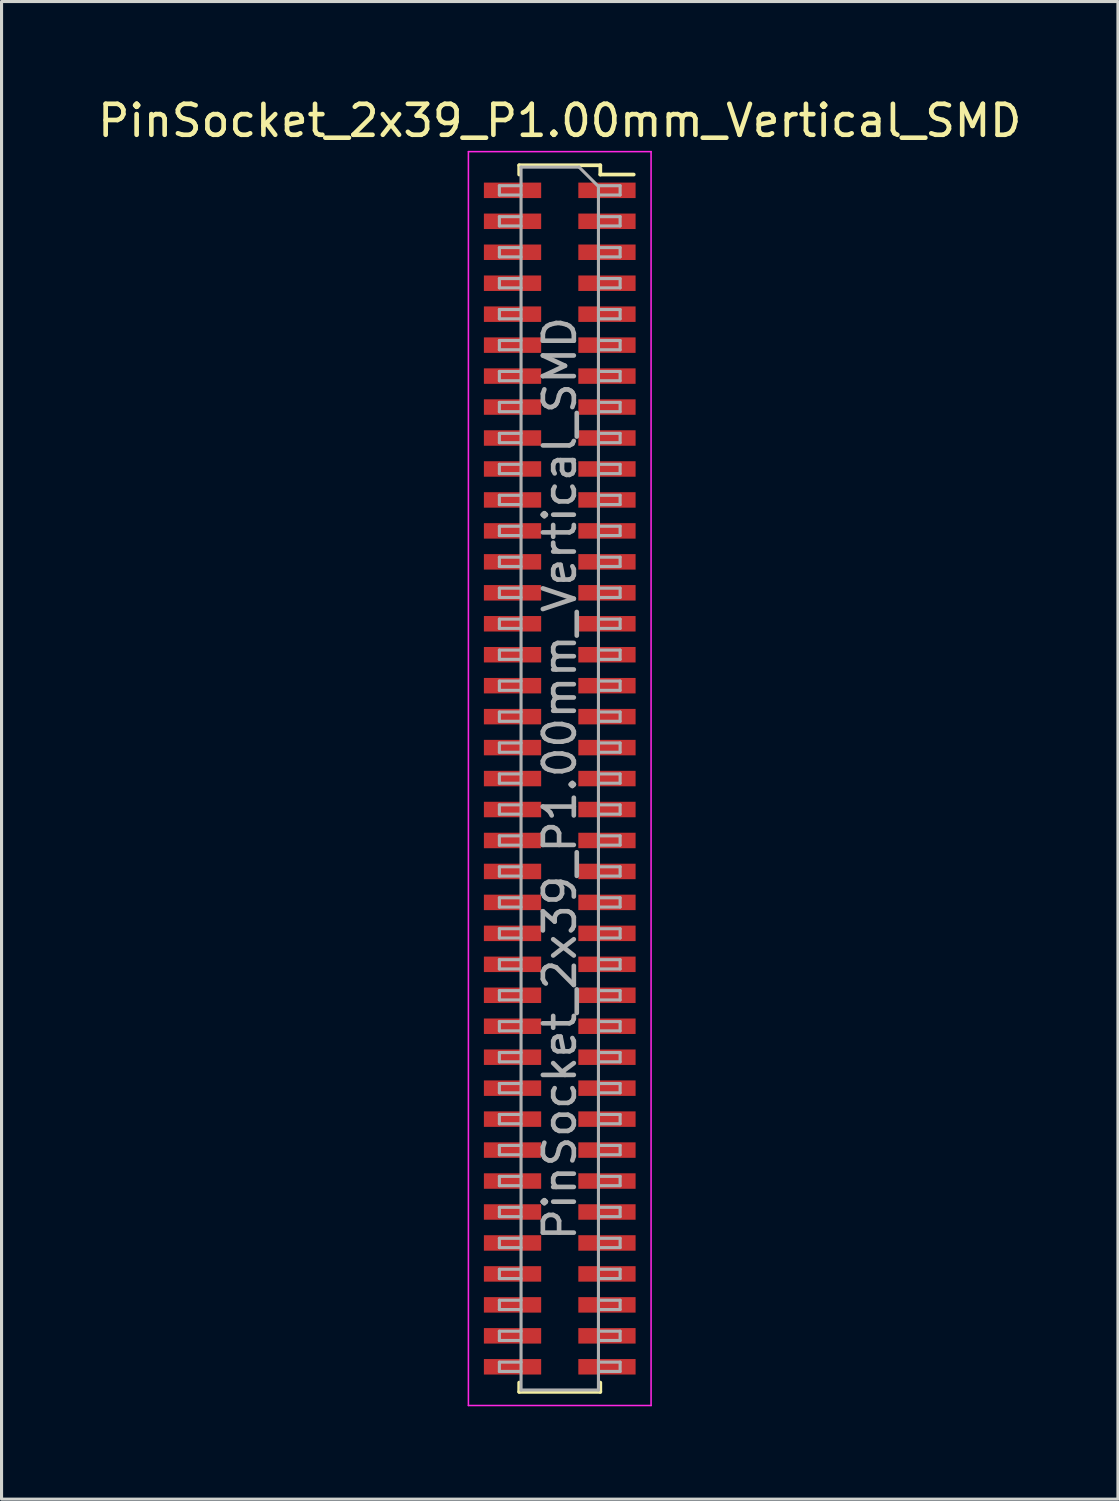
<source format=kicad_pcb>
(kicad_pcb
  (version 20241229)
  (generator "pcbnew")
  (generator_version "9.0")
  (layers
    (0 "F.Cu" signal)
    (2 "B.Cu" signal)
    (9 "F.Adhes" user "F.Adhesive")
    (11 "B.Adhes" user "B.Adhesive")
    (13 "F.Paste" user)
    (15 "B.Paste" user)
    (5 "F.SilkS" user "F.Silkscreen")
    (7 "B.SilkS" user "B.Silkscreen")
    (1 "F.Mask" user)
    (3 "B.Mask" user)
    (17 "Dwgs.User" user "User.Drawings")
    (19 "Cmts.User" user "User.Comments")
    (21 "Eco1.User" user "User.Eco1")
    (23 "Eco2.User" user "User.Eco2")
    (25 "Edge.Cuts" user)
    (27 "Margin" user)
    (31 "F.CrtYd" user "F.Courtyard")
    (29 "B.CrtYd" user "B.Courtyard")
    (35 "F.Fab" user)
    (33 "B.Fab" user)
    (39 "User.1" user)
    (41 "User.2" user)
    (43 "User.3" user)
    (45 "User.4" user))
  (footprint "PinSocket_2x39_P1.00mm_Vertical_SMD"
    (layer "F.Cu")
    (at 15.03 22.098)
    (property "Reference" "PinSocket_2x39_P1.00mm_Vertical_SMD" (at 0 -21.25 0) (layer "F.SilkS") (effects (font (size 1 1) (thickness 0.15))))
    (attr smd)
    (fp_line (start -1.31 -19.81) (end -1.31 -19.51) (stroke (width 0.12) (type solid)) (layer "F.SilkS"))
    (fp_line (start -1.31 -19.81) (end 1.31 -19.81) (stroke (width 0.12) (type solid)) (layer "F.SilkS"))
    (fp_line (start -1.31 19.51) (end -1.31 19.81) (stroke (width 0.12) (type solid)) (layer "F.SilkS"))
    (fp_line (start -1.31 19.81) (end 1.31 19.81) (stroke (width 0.12) (type solid)) (layer "F.SilkS"))
    (fp_line (start 1.31 -19.81) (end 1.31 -19.51) (stroke (width 0.12) (type solid)) (layer "F.SilkS"))
    (fp_line (start 1.31 -19.51) (end 2.39 -19.51) (stroke (width 0.12) (type solid)) (layer "F.SilkS"))
    (fp_line (start 1.31 19.51) (end 1.31 19.81) (stroke (width 0.12) (type solid)) (layer "F.SilkS"))
    (fp_line (start -2.95 -20.25) (end 2.95 -20.25) (stroke (width 0.05) (type solid)) (layer "F.CrtYd"))
    (fp_line (start -2.95 20.25) (end -2.95 -20.25) (stroke (width 0.05) (type solid)) (layer "F.CrtYd"))
    (fp_line (start 2.95 -20.25) (end 2.95 20.25) (stroke (width 0.05) (type solid)) (layer "F.CrtYd"))
    (fp_line (start 2.95 20.25) (end -2.95 20.25) (stroke (width 0.05) (type solid)) (layer "F.CrtYd"))
    (fp_line (start -1.95 -19.15) (end -1.25 -19.15) (stroke (width 0.1) (type solid)) (layer "F.Fab"))
    (fp_line (start -1.95 -18.85) (end -1.95 -19.15) (stroke (width 0.1) (type solid)) (layer "F.Fab"))
    (fp_line (start -1.95 -18.15) (end -1.25 -18.15) (stroke (width 0.1) (type solid)) (layer "F.Fab"))
    (fp_line (start -1.95 -17.85) (end -1.95 -18.15) (stroke (width 0.1) (type solid)) (layer "F.Fab"))
    (fp_line (start -1.95 -17.15) (end -1.25 -17.15) (stroke (width 0.1) (type solid)) (layer "F.Fab"))
    (fp_line (start -1.95 -16.85) (end -1.95 -17.15) (stroke (width 0.1) (type solid)) (layer "F.Fab"))
    (fp_line (start -1.95 -16.15) (end -1.25 -16.15) (stroke (width 0.1) (type solid)) (layer "F.Fab"))
    (fp_line (start -1.95 -15.85) (end -1.95 -16.15) (stroke (width 0.1) (type solid)) (layer "F.Fab"))
    (fp_line (start -1.95 -15.15) (end -1.25 -15.15) (stroke (width 0.1) (type solid)) (layer "F.Fab"))
    (fp_line (start -1.95 -14.85) (end -1.95 -15.15) (stroke (width 0.1) (type solid)) (layer "F.Fab"))
    (fp_line (start -1.95 -14.15) (end -1.25 -14.15) (stroke (width 0.1) (type solid)) (layer "F.Fab"))
    (fp_line (start -1.95 -13.85) (end -1.95 -14.15) (stroke (width 0.1) (type solid)) (layer "F.Fab"))
    (fp_line (start -1.95 -13.15) (end -1.25 -13.15) (stroke (width 0.1) (type solid)) (layer "F.Fab"))
    (fp_line (start -1.95 -12.85) (end -1.95 -13.15) (stroke (width 0.1) (type solid)) (layer "F.Fab"))
    (fp_line (start -1.95 -12.15) (end -1.25 -12.15) (stroke (width 0.1) (type solid)) (layer "F.Fab"))
    (fp_line (start -1.95 -11.85) (end -1.95 -12.15) (stroke (width 0.1) (type solid)) (layer "F.Fab"))
    (fp_line (start -1.95 -11.15) (end -1.25 -11.15) (stroke (width 0.1) (type solid)) (layer "F.Fab"))
    (fp_line (start -1.95 -10.85) (end -1.95 -11.15) (stroke (width 0.1) (type solid)) (layer "F.Fab"))
    (fp_line (start -1.95 -10.15) (end -1.25 -10.15) (stroke (width 0.1) (type solid)) (layer "F.Fab"))
    (fp_line (start -1.95 -9.85) (end -1.95 -10.15) (stroke (width 0.1) (type solid)) (layer "F.Fab"))
    (fp_line (start -1.95 -9.15) (end -1.25 -9.15) (stroke (width 0.1) (type solid)) (layer "F.Fab"))
    (fp_line (start -1.95 -8.85) (end -1.95 -9.15) (stroke (width 0.1) (type solid)) (layer "F.Fab"))
    (fp_line (start -1.95 -8.15) (end -1.25 -8.15) (stroke (width 0.1) (type solid)) (layer "F.Fab"))
    (fp_line (start -1.95 -7.85) (end -1.95 -8.15) (stroke (width 0.1) (type solid)) (layer "F.Fab"))
    (fp_line (start -1.95 -7.15) (end -1.25 -7.15) (stroke (width 0.1) (type solid)) (layer "F.Fab"))
    (fp_line (start -1.95 -6.85) (end -1.95 -7.15) (stroke (width 0.1) (type solid)) (layer "F.Fab"))
    (fp_line (start -1.95 -6.15) (end -1.25 -6.15) (stroke (width 0.1) (type solid)) (layer "F.Fab"))
    (fp_line (start -1.95 -5.85) (end -1.95 -6.15) (stroke (width 0.1) (type solid)) (layer "F.Fab"))
    (fp_line (start -1.95 -5.15) (end -1.25 -5.15) (stroke (width 0.1) (type solid)) (layer "F.Fab"))
    (fp_line (start -1.95 -4.85) (end -1.95 -5.15) (stroke (width 0.1) (type solid)) (layer "F.Fab"))
    (fp_line (start -1.95 -4.15) (end -1.25 -4.15) (stroke (width 0.1) (type solid)) (layer "F.Fab"))
    (fp_line (start -1.95 -3.85) (end -1.95 -4.15) (stroke (width 0.1) (type solid)) (layer "F.Fab"))
    (fp_line (start -1.95 -3.15) (end -1.25 -3.15) (stroke (width 0.1) (type solid)) (layer "F.Fab"))
    (fp_line (start -1.95 -2.85) (end -1.95 -3.15) (stroke (width 0.1) (type solid)) (layer "F.Fab"))
    (fp_line (start -1.95 -2.15) (end -1.25 -2.15) (stroke (width 0.1) (type solid)) (layer "F.Fab"))
    (fp_line (start -1.95 -1.85) (end -1.95 -2.15) (stroke (width 0.1) (type solid)) (layer "F.Fab"))
    (fp_line (start -1.95 -1.15) (end -1.25 -1.15) (stroke (width 0.1) (type solid)) (layer "F.Fab"))
    (fp_line (start -1.95 -0.85) (end -1.95 -1.15) (stroke (width 0.1) (type solid)) (layer "F.Fab"))
    (fp_line (start -1.95 -0.15) (end -1.25 -0.15) (stroke (width 0.1) (type solid)) (layer "F.Fab"))
    (fp_line (start -1.95 0.15) (end -1.95 -0.15) (stroke (width 0.1) (type solid)) (layer "F.Fab"))
    (fp_line (start -1.95 0.85) (end -1.25 0.85) (stroke (width 0.1) (type solid)) (layer "F.Fab"))
    (fp_line (start -1.95 1.15) (end -1.95 0.85) (stroke (width 0.1) (type solid)) (layer "F.Fab"))
    (fp_line (start -1.95 1.85) (end -1.25 1.85) (stroke (width 0.1) (type solid)) (layer "F.Fab"))
    (fp_line (start -1.95 2.15) (end -1.95 1.85) (stroke (width 0.1) (type solid)) (layer "F.Fab"))
    (fp_line (start -1.95 2.85) (end -1.25 2.85) (stroke (width 0.1) (type solid)) (layer "F.Fab"))
    (fp_line (start -1.95 3.15) (end -1.95 2.85) (stroke (width 0.1) (type solid)) (layer "F.Fab"))
    (fp_line (start -1.95 3.85) (end -1.25 3.85) (stroke (width 0.1) (type solid)) (layer "F.Fab"))
    (fp_line (start -1.95 4.15) (end -1.95 3.85) (stroke (width 0.1) (type solid)) (layer "F.Fab"))
    (fp_line (start -1.95 4.85) (end -1.25 4.85) (stroke (width 0.1) (type solid)) (layer "F.Fab"))
    (fp_line (start -1.95 5.15) (end -1.95 4.85) (stroke (width 0.1) (type solid)) (layer "F.Fab"))
    (fp_line (start -1.95 5.85) (end -1.25 5.85) (stroke (width 0.1) (type solid)) (layer "F.Fab"))
    (fp_line (start -1.95 6.15) (end -1.95 5.85) (stroke (width 0.1) (type solid)) (layer "F.Fab"))
    (fp_line (start -1.95 6.85) (end -1.25 6.85) (stroke (width 0.1) (type solid)) (layer "F.Fab"))
    (fp_line (start -1.95 7.15) (end -1.95 6.85) (stroke (width 0.1) (type solid)) (layer "F.Fab"))
    (fp_line (start -1.95 7.85) (end -1.25 7.85) (stroke (width 0.1) (type solid)) (layer "F.Fab"))
    (fp_line (start -1.95 8.15) (end -1.95 7.85) (stroke (width 0.1) (type solid)) (layer "F.Fab"))
    (fp_line (start -1.95 8.85) (end -1.25 8.85) (stroke (width 0.1) (type solid)) (layer "F.Fab"))
    (fp_line (start -1.95 9.15) (end -1.95 8.85) (stroke (width 0.1) (type solid)) (layer "F.Fab"))
    (fp_line (start -1.95 9.85) (end -1.25 9.85) (stroke (width 0.1) (type solid)) (layer "F.Fab"))
    (fp_line (start -1.95 10.15) (end -1.95 9.85) (stroke (width 0.1) (type solid)) (layer "F.Fab"))
    (fp_line (start -1.95 10.85) (end -1.25 10.85) (stroke (width 0.1) (type solid)) (layer "F.Fab"))
    (fp_line (start -1.95 11.15) (end -1.95 10.85) (stroke (width 0.1) (type solid)) (layer "F.Fab"))
    (fp_line (start -1.95 11.85) (end -1.25 11.85) (stroke (width 0.1) (type solid)) (layer "F.Fab"))
    (fp_line (start -1.95 12.15) (end -1.95 11.85) (stroke (width 0.1) (type solid)) (layer "F.Fab"))
    (fp_line (start -1.95 12.85) (end -1.25 12.85) (stroke (width 0.1) (type solid)) (layer "F.Fab"))
    (fp_line (start -1.95 13.15) (end -1.95 12.85) (stroke (width 0.1) (type solid)) (layer "F.Fab"))
    (fp_line (start -1.95 13.85) (end -1.25 13.85) (stroke (width 0.1) (type solid)) (layer "F.Fab"))
    (fp_line (start -1.95 14.15) (end -1.95 13.85) (stroke (width 0.1) (type solid)) (layer "F.Fab"))
    (fp_line (start -1.95 14.85) (end -1.25 14.85) (stroke (width 0.1) (type solid)) (layer "F.Fab"))
    (fp_line (start -1.95 15.15) (end -1.95 14.85) (stroke (width 0.1) (type solid)) (layer "F.Fab"))
    (fp_line (start -1.95 15.85) (end -1.25 15.85) (stroke (width 0.1) (type solid)) (layer "F.Fab"))
    (fp_line (start -1.95 16.15) (end -1.95 15.85) (stroke (width 0.1) (type solid)) (layer "F.Fab"))
    (fp_line (start -1.95 16.85) (end -1.25 16.85) (stroke (width 0.1) (type solid)) (layer "F.Fab"))
    (fp_line (start -1.95 17.15) (end -1.95 16.85) (stroke (width 0.1) (type solid)) (layer "F.Fab"))
    (fp_line (start -1.95 17.85) (end -1.25 17.85) (stroke (width 0.1) (type solid)) (layer "F.Fab"))
    (fp_line (start -1.95 18.15) (end -1.95 17.85) (stroke (width 0.1) (type solid)) (layer "F.Fab"))
    (fp_line (start -1.95 18.85) (end -1.25 18.85) (stroke (width 0.1) (type solid)) (layer "F.Fab"))
    (fp_line (start -1.95 19.15) (end -1.95 18.85) (stroke (width 0.1) (type solid)) (layer "F.Fab"))
    (fp_line (start -1.25 -19.75) (end 0.625 -19.75) (stroke (width 0.1) (type solid)) (layer "F.Fab"))
    (fp_line (start -1.25 -18.85) (end -1.95 -18.85) (stroke (width 0.1) (type solid)) (layer "F.Fab"))
    (fp_line (start -1.25 -17.85) (end -1.95 -17.85) (stroke (width 0.1) (type solid)) (layer "F.Fab"))
    (fp_line (start -1.25 -16.85) (end -1.95 -16.85) (stroke (width 0.1) (type solid)) (layer "F.Fab"))
    (fp_line (start -1.25 -15.85) (end -1.95 -15.85) (stroke (width 0.1) (type solid)) (layer "F.Fab"))
    (fp_line (start -1.25 -14.85) (end -1.95 -14.85) (stroke (width 0.1) (type solid)) (layer "F.Fab"))
    (fp_line (start -1.25 -13.85) (end -1.95 -13.85) (stroke (width 0.1) (type solid)) (layer "F.Fab"))
    (fp_line (start -1.25 -12.85) (end -1.95 -12.85) (stroke (width 0.1) (type solid)) (layer "F.Fab"))
    (fp_line (start -1.25 -11.85) (end -1.95 -11.85) (stroke (width 0.1) (type solid)) (layer "F.Fab"))
    (fp_line (start -1.25 -10.85) (end -1.95 -10.85) (stroke (width 0.1) (type solid)) (layer "F.Fab"))
    (fp_line (start -1.25 -9.85) (end -1.95 -9.85) (stroke (width 0.1) (type solid)) (layer "F.Fab"))
    (fp_line (start -1.25 -8.85) (end -1.95 -8.85) (stroke (width 0.1) (type solid)) (layer "F.Fab"))
    (fp_line (start -1.25 -7.85) (end -1.95 -7.85) (stroke (width 0.1) (type solid)) (layer "F.Fab"))
    (fp_line (start -1.25 -6.85) (end -1.95 -6.85) (stroke (width 0.1) (type solid)) (layer "F.Fab"))
    (fp_line (start -1.25 -5.85) (end -1.95 -5.85) (stroke (width 0.1) (type solid)) (layer "F.Fab"))
    (fp_line (start -1.25 -4.85) (end -1.95 -4.85) (stroke (width 0.1) (type solid)) (layer "F.Fab"))
    (fp_line (start -1.25 -3.85) (end -1.95 -3.85) (stroke (width 0.1) (type solid)) (layer "F.Fab"))
    (fp_line (start -1.25 -2.85) (end -1.95 -2.85) (stroke (width 0.1) (type solid)) (layer "F.Fab"))
    (fp_line (start -1.25 -1.85) (end -1.95 -1.85) (stroke (width 0.1) (type solid)) (layer "F.Fab"))
    (fp_line (start -1.25 -0.85) (end -1.95 -0.85) (stroke (width 0.1) (type solid)) (layer "F.Fab"))
    (fp_line (start -1.25 0.15) (end -1.95 0.15) (stroke (width 0.1) (type solid)) (layer "F.Fab"))
    (fp_line (start -1.25 1.15) (end -1.95 1.15) (stroke (width 0.1) (type solid)) (layer "F.Fab"))
    (fp_line (start -1.25 2.15) (end -1.95 2.15) (stroke (width 0.1) (type solid)) (layer "F.Fab"))
    (fp_line (start -1.25 3.15) (end -1.95 3.15) (stroke (width 0.1) (type solid)) (layer "F.Fab"))
    (fp_line (start -1.25 4.15) (end -1.95 4.15) (stroke (width 0.1) (type solid)) (layer "F.Fab"))
    (fp_line (start -1.25 5.15) (end -1.95 5.15) (stroke (width 0.1) (type solid)) (layer "F.Fab"))
    (fp_line (start -1.25 6.15) (end -1.95 6.15) (stroke (width 0.1) (type solid)) (layer "F.Fab"))
    (fp_line (start -1.25 7.15) (end -1.95 7.15) (stroke (width 0.1) (type solid)) (layer "F.Fab"))
    (fp_line (start -1.25 8.15) (end -1.95 8.15) (stroke (width 0.1) (type solid)) (layer "F.Fab"))
    (fp_line (start -1.25 9.15) (end -1.95 9.15) (stroke (width 0.1) (type solid)) (layer "F.Fab"))
    (fp_line (start -1.25 10.15) (end -1.95 10.15) (stroke (width 0.1) (type solid)) (layer "F.Fab"))
    (fp_line (start -1.25 11.15) (end -1.95 11.15) (stroke (width 0.1) (type solid)) (layer "F.Fab"))
    (fp_line (start -1.25 12.15) (end -1.95 12.15) (stroke (width 0.1) (type solid)) (layer "F.Fab"))
    (fp_line (start -1.25 13.15) (end -1.95 13.15) (stroke (width 0.1) (type solid)) (layer "F.Fab"))
    (fp_line (start -1.25 14.15) (end -1.95 14.15) (stroke (width 0.1) (type solid)) (layer "F.Fab"))
    (fp_line (start -1.25 15.15) (end -1.95 15.15) (stroke (width 0.1) (type solid)) (layer "F.Fab"))
    (fp_line (start -1.25 16.15) (end -1.95 16.15) (stroke (width 0.1) (type solid)) (layer "F.Fab"))
    (fp_line (start -1.25 17.15) (end -1.95 17.15) (stroke (width 0.1) (type solid)) (layer "F.Fab"))
    (fp_line (start -1.25 18.15) (end -1.95 18.15) (stroke (width 0.1) (type solid)) (layer "F.Fab"))
    (fp_line (start -1.25 19.15) (end -1.95 19.15) (stroke (width 0.1) (type solid)) (layer "F.Fab"))
    (fp_line (start -1.25 19.75) (end -1.25 -19.75) (stroke (width 0.1) (type solid)) (layer "F.Fab"))
    (fp_line (start 0.625 -19.75) (end 1.25 -19.125) (stroke (width 0.1) (type solid)) (layer "F.Fab"))
    (fp_line (start 1.25 -19.15) (end 1.95 -19.15) (stroke (width 0.1) (type solid)) (layer "F.Fab"))
    (fp_line (start 1.25 -19.125) (end 1.25 19.75) (stroke (width 0.1) (type solid)) (layer "F.Fab"))
    (fp_line (start 1.25 -18.15) (end 1.95 -18.15) (stroke (width 0.1) (type solid)) (layer "F.Fab"))
    (fp_line (start 1.25 -17.15) (end 1.95 -17.15) (stroke (width 0.1) (type solid)) (layer "F.Fab"))
    (fp_line (start 1.25 -16.15) (end 1.95 -16.15) (stroke (width 0.1) (type solid)) (layer "F.Fab"))
    (fp_line (start 1.25 -15.15) (end 1.95 -15.15) (stroke (width 0.1) (type solid)) (layer "F.Fab"))
    (fp_line (start 1.25 -14.15) (end 1.95 -14.15) (stroke (width 0.1) (type solid)) (layer "F.Fab"))
    (fp_line (start 1.25 -13.15) (end 1.95 -13.15) (stroke (width 0.1) (type solid)) (layer "F.Fab"))
    (fp_line (start 1.25 -12.15) (end 1.95 -12.15) (stroke (width 0.1) (type solid)) (layer "F.Fab"))
    (fp_line (start 1.25 -11.15) (end 1.95 -11.15) (stroke (width 0.1) (type solid)) (layer "F.Fab"))
    (fp_line (start 1.25 -10.15) (end 1.95 -10.15) (stroke (width 0.1) (type solid)) (layer "F.Fab"))
    (fp_line (start 1.25 -9.15) (end 1.95 -9.15) (stroke (width 0.1) (type solid)) (layer "F.Fab"))
    (fp_line (start 1.25 -8.15) (end 1.95 -8.15) (stroke (width 0.1) (type solid)) (layer "F.Fab"))
    (fp_line (start 1.25 -7.15) (end 1.95 -7.15) (stroke (width 0.1) (type solid)) (layer "F.Fab"))
    (fp_line (start 1.25 -6.15) (end 1.95 -6.15) (stroke (width 0.1) (type solid)) (layer "F.Fab"))
    (fp_line (start 1.25 -5.15) (end 1.95 -5.15) (stroke (width 0.1) (type solid)) (layer "F.Fab"))
    (fp_line (start 1.25 -4.15) (end 1.95 -4.15) (stroke (width 0.1) (type solid)) (layer "F.Fab"))
    (fp_line (start 1.25 -3.15) (end 1.95 -3.15) (stroke (width 0.1) (type solid)) (layer "F.Fab"))
    (fp_line (start 1.25 -2.15) (end 1.95 -2.15) (stroke (width 0.1) (type solid)) (layer "F.Fab"))
    (fp_line (start 1.25 -1.15) (end 1.95 -1.15) (stroke (width 0.1) (type solid)) (layer "F.Fab"))
    (fp_line (start 1.25 -0.15) (end 1.95 -0.15) (stroke (width 0.1) (type solid)) (layer "F.Fab"))
    (fp_line (start 1.25 0.85) (end 1.95 0.85) (stroke (width 0.1) (type solid)) (layer "F.Fab"))
    (fp_line (start 1.25 1.85) (end 1.95 1.85) (stroke (width 0.1) (type solid)) (layer "F.Fab"))
    (fp_line (start 1.25 2.85) (end 1.95 2.85) (stroke (width 0.1) (type solid)) (layer "F.Fab"))
    (fp_line (start 1.25 3.85) (end 1.95 3.85) (stroke (width 0.1) (type solid)) (layer "F.Fab"))
    (fp_line (start 1.25 4.85) (end 1.95 4.85) (stroke (width 0.1) (type solid)) (layer "F.Fab"))
    (fp_line (start 1.25 5.85) (end 1.95 5.85) (stroke (width 0.1) (type solid)) (layer "F.Fab"))
    (fp_line (start 1.25 6.85) (end 1.95 6.85) (stroke (width 0.1) (type solid)) (layer "F.Fab"))
    (fp_line (start 1.25 7.85) (end 1.95 7.85) (stroke (width 0.1) (type solid)) (layer "F.Fab"))
    (fp_line (start 1.25 8.85) (end 1.95 8.85) (stroke (width 0.1) (type solid)) (layer "F.Fab"))
    (fp_line (start 1.25 9.85) (end 1.95 9.85) (stroke (width 0.1) (type solid)) (layer "F.Fab"))
    (fp_line (start 1.25 10.85) (end 1.95 10.85) (stroke (width 0.1) (type solid)) (layer "F.Fab"))
    (fp_line (start 1.25 11.85) (end 1.95 11.85) (stroke (width 0.1) (type solid)) (layer "F.Fab"))
    (fp_line (start 1.25 12.85) (end 1.95 12.85) (stroke (width 0.1) (type solid)) (layer "F.Fab"))
    (fp_line (start 1.25 13.85) (end 1.95 13.85) (stroke (width 0.1) (type solid)) (layer "F.Fab"))
    (fp_line (start 1.25 14.85) (end 1.95 14.85) (stroke (width 0.1) (type solid)) (layer "F.Fab"))
    (fp_line (start 1.25 15.85) (end 1.95 15.85) (stroke (width 0.1) (type solid)) (layer "F.Fab"))
    (fp_line (start 1.25 16.85) (end 1.95 16.85) (stroke (width 0.1) (type solid)) (layer "F.Fab"))
    (fp_line (start 1.25 17.85) (end 1.95 17.85) (stroke (width 0.1) (type solid)) (layer "F.Fab"))
    (fp_line (start 1.25 18.85) (end 1.95 18.85) (stroke (width 0.1) (type solid)) (layer "F.Fab"))
    (fp_line (start 1.25 19.75) (end -1.25 19.75) (stroke (width 0.1) (type solid)) (layer "F.Fab"))
    (fp_line (start 1.95 -19.15) (end 1.95 -18.85) (stroke (width 0.1) (type solid)) (layer "F.Fab"))
    (fp_line (start 1.95 -18.85) (end 1.25 -18.85) (stroke (width 0.1) (type solid)) (layer "F.Fab"))
    (fp_line (start 1.95 -18.15) (end 1.95 -17.85) (stroke (width 0.1) (type solid)) (layer "F.Fab"))
    (fp_line (start 1.95 -17.85) (end 1.25 -17.85) (stroke (width 0.1) (type solid)) (layer "F.Fab"))
    (fp_line (start 1.95 -17.15) (end 1.95 -16.85) (stroke (width 0.1) (type solid)) (layer "F.Fab"))
    (fp_line (start 1.95 -16.85) (end 1.25 -16.85) (stroke (width 0.1) (type solid)) (layer "F.Fab"))
    (fp_line (start 1.95 -16.15) (end 1.95 -15.85) (stroke (width 0.1) (type solid)) (layer "F.Fab"))
    (fp_line (start 1.95 -15.85) (end 1.25 -15.85) (stroke (width 0.1) (type solid)) (layer "F.Fab"))
    (fp_line (start 1.95 -15.15) (end 1.95 -14.85) (stroke (width 0.1) (type solid)) (layer "F.Fab"))
    (fp_line (start 1.95 -14.85) (end 1.25 -14.85) (stroke (width 0.1) (type solid)) (layer "F.Fab"))
    (fp_line (start 1.95 -14.15) (end 1.95 -13.85) (stroke (width 0.1) (type solid)) (layer "F.Fab"))
    (fp_line (start 1.95 -13.85) (end 1.25 -13.85) (stroke (width 0.1) (type solid)) (layer "F.Fab"))
    (fp_line (start 1.95 -13.15) (end 1.95 -12.85) (stroke (width 0.1) (type solid)) (layer "F.Fab"))
    (fp_line (start 1.95 -12.85) (end 1.25 -12.85) (stroke (width 0.1) (type solid)) (layer "F.Fab"))
    (fp_line (start 1.95 -12.15) (end 1.95 -11.85) (stroke (width 0.1) (type solid)) (layer "F.Fab"))
    (fp_line (start 1.95 -11.85) (end 1.25 -11.85) (stroke (width 0.1) (type solid)) (layer "F.Fab"))
    (fp_line (start 1.95 -11.15) (end 1.95 -10.85) (stroke (width 0.1) (type solid)) (layer "F.Fab"))
    (fp_line (start 1.95 -10.85) (end 1.25 -10.85) (stroke (width 0.1) (type solid)) (layer "F.Fab"))
    (fp_line (start 1.95 -10.15) (end 1.95 -9.85) (stroke (width 0.1) (type solid)) (layer "F.Fab"))
    (fp_line (start 1.95 -9.85) (end 1.25 -9.85) (stroke (width 0.1) (type solid)) (layer "F.Fab"))
    (fp_line (start 1.95 -9.15) (end 1.95 -8.85) (stroke (width 0.1) (type solid)) (layer "F.Fab"))
    (fp_line (start 1.95 -8.85) (end 1.25 -8.85) (stroke (width 0.1) (type solid)) (layer "F.Fab"))
    (fp_line (start 1.95 -8.15) (end 1.95 -7.85) (stroke (width 0.1) (type solid)) (layer "F.Fab"))
    (fp_line (start 1.95 -7.85) (end 1.25 -7.85) (stroke (width 0.1) (type solid)) (layer "F.Fab"))
    (fp_line (start 1.95 -7.15) (end 1.95 -6.85) (stroke (width 0.1) (type solid)) (layer "F.Fab"))
    (fp_line (start 1.95 -6.85) (end 1.25 -6.85) (stroke (width 0.1) (type solid)) (layer "F.Fab"))
    (fp_line (start 1.95 -6.15) (end 1.95 -5.85) (stroke (width 0.1) (type solid)) (layer "F.Fab"))
    (fp_line (start 1.95 -5.85) (end 1.25 -5.85) (stroke (width 0.1) (type solid)) (layer "F.Fab"))
    (fp_line (start 1.95 -5.15) (end 1.95 -4.85) (stroke (width 0.1) (type solid)) (layer "F.Fab"))
    (fp_line (start 1.95 -4.85) (end 1.25 -4.85) (stroke (width 0.1) (type solid)) (layer "F.Fab"))
    (fp_line (start 1.95 -4.15) (end 1.95 -3.85) (stroke (width 0.1) (type solid)) (layer "F.Fab"))
    (fp_line (start 1.95 -3.85) (end 1.25 -3.85) (stroke (width 0.1) (type solid)) (layer "F.Fab"))
    (fp_line (start 1.95 -3.15) (end 1.95 -2.85) (stroke (width 0.1) (type solid)) (layer "F.Fab"))
    (fp_line (start 1.95 -2.85) (end 1.25 -2.85) (stroke (width 0.1) (type solid)) (layer "F.Fab"))
    (fp_line (start 1.95 -2.15) (end 1.95 -1.85) (stroke (width 0.1) (type solid)) (layer "F.Fab"))
    (fp_line (start 1.95 -1.85) (end 1.25 -1.85) (stroke (width 0.1) (type solid)) (layer "F.Fab"))
    (fp_line (start 1.95 -1.15) (end 1.95 -0.85) (stroke (width 0.1) (type solid)) (layer "F.Fab"))
    (fp_line (start 1.95 -0.85) (end 1.25 -0.85) (stroke (width 0.1) (type solid)) (layer "F.Fab"))
    (fp_line (start 1.95 -0.15) (end 1.95 0.15) (stroke (width 0.1) (type solid)) (layer "F.Fab"))
    (fp_line (start 1.95 0.15) (end 1.25 0.15) (stroke (width 0.1) (type solid)) (layer "F.Fab"))
    (fp_line (start 1.95 0.85) (end 1.95 1.15) (stroke (width 0.1) (type solid)) (layer "F.Fab"))
    (fp_line (start 1.95 1.15) (end 1.25 1.15) (stroke (width 0.1) (type solid)) (layer "F.Fab"))
    (fp_line (start 1.95 1.85) (end 1.95 2.15) (stroke (width 0.1) (type solid)) (layer "F.Fab"))
    (fp_line (start 1.95 2.15) (end 1.25 2.15) (stroke (width 0.1) (type solid)) (layer "F.Fab"))
    (fp_line (start 1.95 2.85) (end 1.95 3.15) (stroke (width 0.1) (type solid)) (layer "F.Fab"))
    (fp_line (start 1.95 3.15) (end 1.25 3.15) (stroke (width 0.1) (type solid)) (layer "F.Fab"))
    (fp_line (start 1.95 3.85) (end 1.95 4.15) (stroke (width 0.1) (type solid)) (layer "F.Fab"))
    (fp_line (start 1.95 4.15) (end 1.25 4.15) (stroke (width 0.1) (type solid)) (layer "F.Fab"))
    (fp_line (start 1.95 4.85) (end 1.95 5.15) (stroke (width 0.1) (type solid)) (layer "F.Fab"))
    (fp_line (start 1.95 5.15) (end 1.25 5.15) (stroke (width 0.1) (type solid)) (layer "F.Fab"))
    (fp_line (start 1.95 5.85) (end 1.95 6.15) (stroke (width 0.1) (type solid)) (layer "F.Fab"))
    (fp_line (start 1.95 6.15) (end 1.25 6.15) (stroke (width 0.1) (type solid)) (layer "F.Fab"))
    (fp_line (start 1.95 6.85) (end 1.95 7.15) (stroke (width 0.1) (type solid)) (layer "F.Fab"))
    (fp_line (start 1.95 7.15) (end 1.25 7.15) (stroke (width 0.1) (type solid)) (layer "F.Fab"))
    (fp_line (start 1.95 7.85) (end 1.95 8.15) (stroke (width 0.1) (type solid)) (layer "F.Fab"))
    (fp_line (start 1.95 8.15) (end 1.25 8.15) (stroke (width 0.1) (type solid)) (layer "F.Fab"))
    (fp_line (start 1.95 8.85) (end 1.95 9.15) (stroke (width 0.1) (type solid)) (layer "F.Fab"))
    (fp_line (start 1.95 9.15) (end 1.25 9.15) (stroke (width 0.1) (type solid)) (layer "F.Fab"))
    (fp_line (start 1.95 9.85) (end 1.95 10.15) (stroke (width 0.1) (type solid)) (layer "F.Fab"))
    (fp_line (start 1.95 10.15) (end 1.25 10.15) (stroke (width 0.1) (type solid)) (layer "F.Fab"))
    (fp_line (start 1.95 10.85) (end 1.95 11.15) (stroke (width 0.1) (type solid)) (layer "F.Fab"))
    (fp_line (start 1.95 11.15) (end 1.25 11.15) (stroke (width 0.1) (type solid)) (layer "F.Fab"))
    (fp_line (start 1.95 11.85) (end 1.95 12.15) (stroke (width 0.1) (type solid)) (layer "F.Fab"))
    (fp_line (start 1.95 12.15) (end 1.25 12.15) (stroke (width 0.1) (type solid)) (layer "F.Fab"))
    (fp_line (start 1.95 12.85) (end 1.95 13.15) (stroke (width 0.1) (type solid)) (layer "F.Fab"))
    (fp_line (start 1.95 13.15) (end 1.25 13.15) (stroke (width 0.1) (type solid)) (layer "F.Fab"))
    (fp_line (start 1.95 13.85) (end 1.95 14.15) (stroke (width 0.1) (type solid)) (layer "F.Fab"))
    (fp_line (start 1.95 14.15) (end 1.25 14.15) (stroke (width 0.1) (type solid)) (layer "F.Fab"))
    (fp_line (start 1.95 14.85) (end 1.95 15.15) (stroke (width 0.1) (type solid)) (layer "F.Fab"))
    (fp_line (start 1.95 15.15) (end 1.25 15.15) (stroke (width 0.1) (type solid)) (layer "F.Fab"))
    (fp_line (start 1.95 15.85) (end 1.95 16.15) (stroke (width 0.1) (type solid)) (layer "F.Fab"))
    (fp_line (start 1.95 16.15) (end 1.25 16.15) (stroke (width 0.1) (type solid)) (layer "F.Fab"))
    (fp_line (start 1.95 16.85) (end 1.95 17.15) (stroke (width 0.1) (type solid)) (layer "F.Fab"))
    (fp_line (start 1.95 17.15) (end 1.25 17.15) (stroke (width 0.1) (type solid)) (layer "F.Fab"))
    (fp_line (start 1.95 17.85) (end 1.95 18.15) (stroke (width 0.1) (type solid)) (layer "F.Fab"))
    (fp_line (start 1.95 18.15) (end 1.25 18.15) (stroke (width 0.1) (type solid)) (layer "F.Fab"))
    (fp_line (start 1.95 18.85) (end 1.95 19.15) (stroke (width 0.1) (type solid)) (layer "F.Fab"))
    (fp_line (start 1.95 19.15) (end 1.25 19.15) (stroke (width 0.1) (type solid)) (layer "F.Fab"))
    (fp_text user "${REFERENCE}" (at 0 0 90) (layer "F.Fab") (effects (font (size 1 1) (thickness 0.15))))
    (pad "1" smd rect (at 1.525 -19) (size 1.85 0.5) (layers "F.Cu" "F.Mask" "F.Paste"))
    (pad "2" smd rect (at -1.525 -19) (size 1.85 0.5) (layers "F.Cu" "F.Mask" "F.Paste"))
    (pad "3" smd rect (at 1.525 -18) (size 1.85 0.5) (layers "F.Cu" "F.Mask" "F.Paste"))
    (pad "4" smd rect (at -1.525 -18) (size 1.85 0.5) (layers "F.Cu" "F.Mask" "F.Paste"))
    (pad "5" smd rect (at 1.525 -17) (size 1.85 0.5) (layers "F.Cu" "F.Mask" "F.Paste"))
    (pad "6" smd rect (at -1.525 -17) (size 1.85 0.5) (layers "F.Cu" "F.Mask" "F.Paste"))
    (pad "7" smd rect (at 1.525 -16) (size 1.85 0.5) (layers "F.Cu" "F.Mask" "F.Paste"))
    (pad "8" smd rect (at -1.525 -16) (size 1.85 0.5) (layers "F.Cu" "F.Mask" "F.Paste"))
    (pad "9" smd rect (at 1.525 -15) (size 1.85 0.5) (layers "F.Cu" "F.Mask" "F.Paste"))
    (pad "10" smd rect (at -1.525 -15) (size 1.85 0.5) (layers "F.Cu" "F.Mask" "F.Paste"))
    (pad "11" smd rect (at 1.525 -14) (size 1.85 0.5) (layers "F.Cu" "F.Mask" "F.Paste"))
    (pad "12" smd rect (at -1.525 -14) (size 1.85 0.5) (layers "F.Cu" "F.Mask" "F.Paste"))
    (pad "13" smd rect (at 1.525 -13) (size 1.85 0.5) (layers "F.Cu" "F.Mask" "F.Paste"))
    (pad "14" smd rect (at -1.525 -13) (size 1.85 0.5) (layers "F.Cu" "F.Mask" "F.Paste"))
    (pad "15" smd rect (at 1.525 -12) (size 1.85 0.5) (layers "F.Cu" "F.Mask" "F.Paste"))
    (pad "16" smd rect (at -1.525 -12) (size 1.85 0.5) (layers "F.Cu" "F.Mask" "F.Paste"))
    (pad "17" smd rect (at 1.525 -11) (size 1.85 0.5) (layers "F.Cu" "F.Mask" "F.Paste"))
    (pad "18" smd rect (at -1.525 -11) (size 1.85 0.5) (layers "F.Cu" "F.Mask" "F.Paste"))
    (pad "19" smd rect (at 1.525 -10) (size 1.85 0.5) (layers "F.Cu" "F.Mask" "F.Paste"))
    (pad "20" smd rect (at -1.525 -10) (size 1.85 0.5) (layers "F.Cu" "F.Mask" "F.Paste"))
    (pad "21" smd rect (at 1.525 -9) (size 1.85 0.5) (layers "F.Cu" "F.Mask" "F.Paste"))
    (pad "22" smd rect (at -1.525 -9) (size 1.85 0.5) (layers "F.Cu" "F.Mask" "F.Paste"))
    (pad "23" smd rect (at 1.525 -8) (size 1.85 0.5) (layers "F.Cu" "F.Mask" "F.Paste"))
    (pad "24" smd rect (at -1.525 -8) (size 1.85 0.5) (layers "F.Cu" "F.Mask" "F.Paste"))
    (pad "25" smd rect (at 1.525 -7) (size 1.85 0.5) (layers "F.Cu" "F.Mask" "F.Paste"))
    (pad "26" smd rect (at -1.525 -7) (size 1.85 0.5) (layers "F.Cu" "F.Mask" "F.Paste"))
    (pad "27" smd rect (at 1.525 -6) (size 1.85 0.5) (layers "F.Cu" "F.Mask" "F.Paste"))
    (pad "28" smd rect (at -1.525 -6) (size 1.85 0.5) (layers "F.Cu" "F.Mask" "F.Paste"))
    (pad "29" smd rect (at 1.525 -5) (size 1.85 0.5) (layers "F.Cu" "F.Mask" "F.Paste"))
    (pad "30" smd rect (at -1.525 -5) (size 1.85 0.5) (layers "F.Cu" "F.Mask" "F.Paste"))
    (pad "31" smd rect (at 1.525 -4) (size 1.85 0.5) (layers "F.Cu" "F.Mask" "F.Paste"))
    (pad "32" smd rect (at -1.525 -4) (size 1.85 0.5) (layers "F.Cu" "F.Mask" "F.Paste"))
    (pad "33" smd rect (at 1.525 -3) (size 1.85 0.5) (layers "F.Cu" "F.Mask" "F.Paste"))
    (pad "34" smd rect (at -1.525 -3) (size 1.85 0.5) (layers "F.Cu" "F.Mask" "F.Paste"))
    (pad "35" smd rect (at 1.525 -2) (size 1.85 0.5) (layers "F.Cu" "F.Mask" "F.Paste"))
    (pad "36" smd rect (at -1.525 -2) (size 1.85 0.5) (layers "F.Cu" "F.Mask" "F.Paste"))
    (pad "37" smd rect (at 1.525 -1) (size 1.85 0.5) (layers "F.Cu" "F.Mask" "F.Paste"))
    (pad "38" smd rect (at -1.525 -1) (size 1.85 0.5) (layers "F.Cu" "F.Mask" "F.Paste"))
    (pad "39" smd rect (at 1.525 0) (size 1.85 0.5) (layers "F.Cu" "F.Mask" "F.Paste"))
    (pad "40" smd rect (at -1.525 0) (size 1.85 0.5) (layers "F.Cu" "F.Mask" "F.Paste"))
    (pad "41" smd rect (at 1.525 1) (size 1.85 0.5) (layers "F.Cu" "F.Mask" "F.Paste"))
    (pad "42" smd rect (at -1.525 1) (size 1.85 0.5) (layers "F.Cu" "F.Mask" "F.Paste"))
    (pad "43" smd rect (at 1.525 2) (size 1.85 0.5) (layers "F.Cu" "F.Mask" "F.Paste"))
    (pad "44" smd rect (at -1.525 2) (size 1.85 0.5) (layers "F.Cu" "F.Mask" "F.Paste"))
    (pad "45" smd rect (at 1.525 3) (size 1.85 0.5) (layers "F.Cu" "F.Mask" "F.Paste"))
    (pad "46" smd rect (at -1.525 3) (size 1.85 0.5) (layers "F.Cu" "F.Mask" "F.Paste"))
    (pad "47" smd rect (at 1.525 4) (size 1.85 0.5) (layers "F.Cu" "F.Mask" "F.Paste"))
    (pad "48" smd rect (at -1.525 4) (size 1.85 0.5) (layers "F.Cu" "F.Mask" "F.Paste"))
    (pad "49" smd rect (at 1.525 5) (size 1.85 0.5) (layers "F.Cu" "F.Mask" "F.Paste"))
    (pad "50" smd rect (at -1.525 5) (size 1.85 0.5) (layers "F.Cu" "F.Mask" "F.Paste"))
    (pad "51" smd rect (at 1.525 6) (size 1.85 0.5) (layers "F.Cu" "F.Mask" "F.Paste"))
    (pad "52" smd rect (at -1.525 6) (size 1.85 0.5) (layers "F.Cu" "F.Mask" "F.Paste"))
    (pad "53" smd rect (at 1.525 7) (size 1.85 0.5) (layers "F.Cu" "F.Mask" "F.Paste"))
    (pad "54" smd rect (at -1.525 7) (size 1.85 0.5) (layers "F.Cu" "F.Mask" "F.Paste"))
    (pad "55" smd rect (at 1.525 8) (size 1.85 0.5) (layers "F.Cu" "F.Mask" "F.Paste"))
    (pad "56" smd rect (at -1.525 8) (size 1.85 0.5) (layers "F.Cu" "F.Mask" "F.Paste"))
    (pad "57" smd rect (at 1.525 9) (size 1.85 0.5) (layers "F.Cu" "F.Mask" "F.Paste"))
    (pad "58" smd rect (at -1.525 9) (size 1.85 0.5) (layers "F.Cu" "F.Mask" "F.Paste"))
    (pad "59" smd rect (at 1.525 10) (size 1.85 0.5) (layers "F.Cu" "F.Mask" "F.Paste"))
    (pad "60" smd rect (at -1.525 10) (size 1.85 0.5) (layers "F.Cu" "F.Mask" "F.Paste"))
    (pad "61" smd rect (at 1.525 11) (size 1.85 0.5) (layers "F.Cu" "F.Mask" "F.Paste"))
    (pad "62" smd rect (at -1.525 11) (size 1.85 0.5) (layers "F.Cu" "F.Mask" "F.Paste"))
    (pad "63" smd rect (at 1.525 12) (size 1.85 0.5) (layers "F.Cu" "F.Mask" "F.Paste"))
    (pad "64" smd rect (at -1.525 12) (size 1.85 0.5) (layers "F.Cu" "F.Mask" "F.Paste"))
    (pad "65" smd rect (at 1.525 13) (size 1.85 0.5) (layers "F.Cu" "F.Mask" "F.Paste"))
    (pad "66" smd rect (at -1.525 13) (size 1.85 0.5) (layers "F.Cu" "F.Mask" "F.Paste"))
    (pad "67" smd rect (at 1.525 14) (size 1.85 0.5) (layers "F.Cu" "F.Mask" "F.Paste"))
    (pad "68" smd rect (at -1.525 14) (size 1.85 0.5) (layers "F.Cu" "F.Mask" "F.Paste"))
    (pad "69" smd rect (at 1.525 15) (size 1.85 0.5) (layers "F.Cu" "F.Mask" "F.Paste"))
    (pad "70" smd rect (at -1.525 15) (size 1.85 0.5) (layers "F.Cu" "F.Mask" "F.Paste"))
    (pad "71" smd rect (at 1.525 16) (size 1.85 0.5) (layers "F.Cu" "F.Mask" "F.Paste"))
    (pad "72" smd rect (at -1.525 16) (size 1.85 0.5) (layers "F.Cu" "F.Mask" "F.Paste"))
    (pad "73" smd rect (at 1.525 17) (size 1.85 0.5) (layers "F.Cu" "F.Mask" "F.Paste"))
    (pad "74" smd rect (at -1.525 17) (size 1.85 0.5) (layers "F.Cu" "F.Mask" "F.Paste"))
    (pad "75" smd rect (at 1.525 18) (size 1.85 0.5) (layers "F.Cu" "F.Mask" "F.Paste"))
    (pad "76" smd rect (at -1.525 18) (size 1.85 0.5) (layers "F.Cu" "F.Mask" "F.Paste"))
    (pad "77" smd rect (at 1.525 19) (size 1.85 0.5) (layers "F.Cu" "F.Mask" "F.Paste"))
    (pad "78" smd rect (at -1.525 19) (size 1.85 0.5) (layers "F.Cu" "F.Mask" "F.Paste")))
  (gr_rect
    (start -3 -3)
    (end 33.06 45.373)
    (stroke (width 0.1) (type default))
    (fill no)
    (layer "Edge.Cuts")))
</source>
